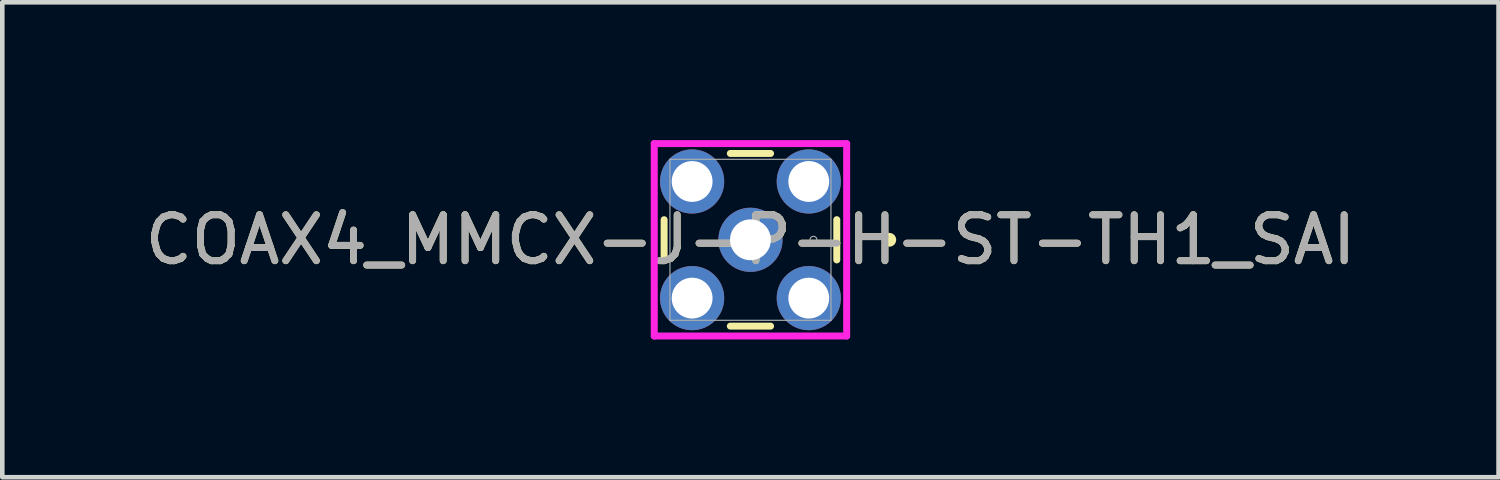
<source format=kicad_pcb>
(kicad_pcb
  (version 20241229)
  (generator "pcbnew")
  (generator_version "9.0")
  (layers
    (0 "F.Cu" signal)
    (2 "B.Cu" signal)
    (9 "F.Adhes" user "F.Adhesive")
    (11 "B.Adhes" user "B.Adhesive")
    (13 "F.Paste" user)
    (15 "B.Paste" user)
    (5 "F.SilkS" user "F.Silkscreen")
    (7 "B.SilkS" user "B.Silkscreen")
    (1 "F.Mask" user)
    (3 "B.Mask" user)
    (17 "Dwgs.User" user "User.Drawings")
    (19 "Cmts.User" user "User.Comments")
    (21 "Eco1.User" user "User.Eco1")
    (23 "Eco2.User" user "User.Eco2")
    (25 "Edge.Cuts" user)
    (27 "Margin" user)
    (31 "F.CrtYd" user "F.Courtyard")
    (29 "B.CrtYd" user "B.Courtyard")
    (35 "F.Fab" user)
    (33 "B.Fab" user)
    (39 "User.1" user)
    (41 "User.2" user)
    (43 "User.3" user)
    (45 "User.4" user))
  (footprint "COAX4_MMCX-J-P-H-ST-TH1_SAI"
    (layer "F.Cu")
    (at 13.292 2.172)
    (property "Reference" "COAX4_MMCX-J-P-H-ST-TH1_SAI" (at 0 0 0) (unlocked yes) (layer "F.SilkS") (effects (font (size 1 1) (thickness 0.15))))
    (attr through_hole)
    (fp_line (start -1.88 -0.438) (end -1.88 0.438) (stroke (width 0.152) (type solid)) (layer "F.SilkS"))
    (fp_line (start -0.438 1.88) (end 0.438 1.88) (stroke (width 0.152) (type solid)) (layer "F.SilkS"))
    (fp_line (start 0.438 -1.88) (end -0.438 -1.88) (stroke (width 0.152) (type solid)) (layer "F.SilkS"))
    (fp_line (start 1.88 0.438) (end 1.88 -0.438) (stroke (width 0.152) (type solid)) (layer "F.SilkS"))
    (fp_circle (center 3.023 0) (end 3.099 0) (stroke (width 0.152) (type solid)) (fill no) (layer "F.SilkS"))
    (fp_line (start -2.095 -2.095) (end 2.095 -2.095) (stroke (width 0.152) (type solid)) (layer "F.CrtYd"))
    (fp_line (start -2.095 2.095) (end -2.095 -2.095) (stroke (width 0.152) (type solid)) (layer "F.CrtYd"))
    (fp_line (start 2.095 -2.095) (end 2.095 2.095) (stroke (width 0.152) (type solid)) (layer "F.CrtYd"))
    (fp_line (start 2.095 2.095) (end -2.095 2.095) (stroke (width 0.152) (type solid)) (layer "F.CrtYd"))
    (fp_line (start -1.753 -1.753) (end -1.753 1.753) (stroke (width 0.025) (type solid)) (layer "F.Fab"))
    (fp_line (start -1.753 1.753) (end 1.753 1.753) (stroke (width 0.025) (type solid)) (layer "F.Fab"))
    (fp_line (start 1.753 -1.753) (end -1.753 -1.753) (stroke (width 0.025) (type solid)) (layer "F.Fab"))
    (fp_line (start 1.753 1.753) (end 1.753 -1.753) (stroke (width 0.025) (type solid)) (layer "F.Fab"))
    (fp_circle (center 1.372 0) (end 1.448 0) (stroke (width 0.025) (type solid)) (fill no) (layer "F.Fab"))
    (fp_text user "${REFERENCE}" (at 0 0 0) (unlocked yes) (layer "F.Fab") (effects (font (size 1 1) (thickness 0.15))))
    (pad "1" thru_hole circle (at 0 0) (size 1.397 1.397) (drill 0.889) (layers "*.Cu" "*.Mask"))
    (pad "2" thru_hole circle (at -1.27 -1.27) (size 1.397 1.397) (drill 0.889) (layers "*.Cu" "*.Mask"))
    (pad "3" thru_hole circle (at -1.27 1.27) (size 1.397 1.397) (drill 0.889) (layers "*.Cu" "*.Mask"))
    (pad "4" thru_hole circle (at 1.27 1.27) (size 1.397 1.397) (drill 0.889) (layers "*.Cu" "*.Mask"))
    (pad "5" thru_hole circle (at 1.27 -1.27) (size 1.397 1.397) (drill 0.889) (layers "*.Cu" "*.Mask")))
  (gr_rect
    (start -3 -3)
    (end 29.583 7.343)
    (stroke (width 0.1) (type default))
    (fill no)
    (layer "Edge.Cuts")))
</source>
